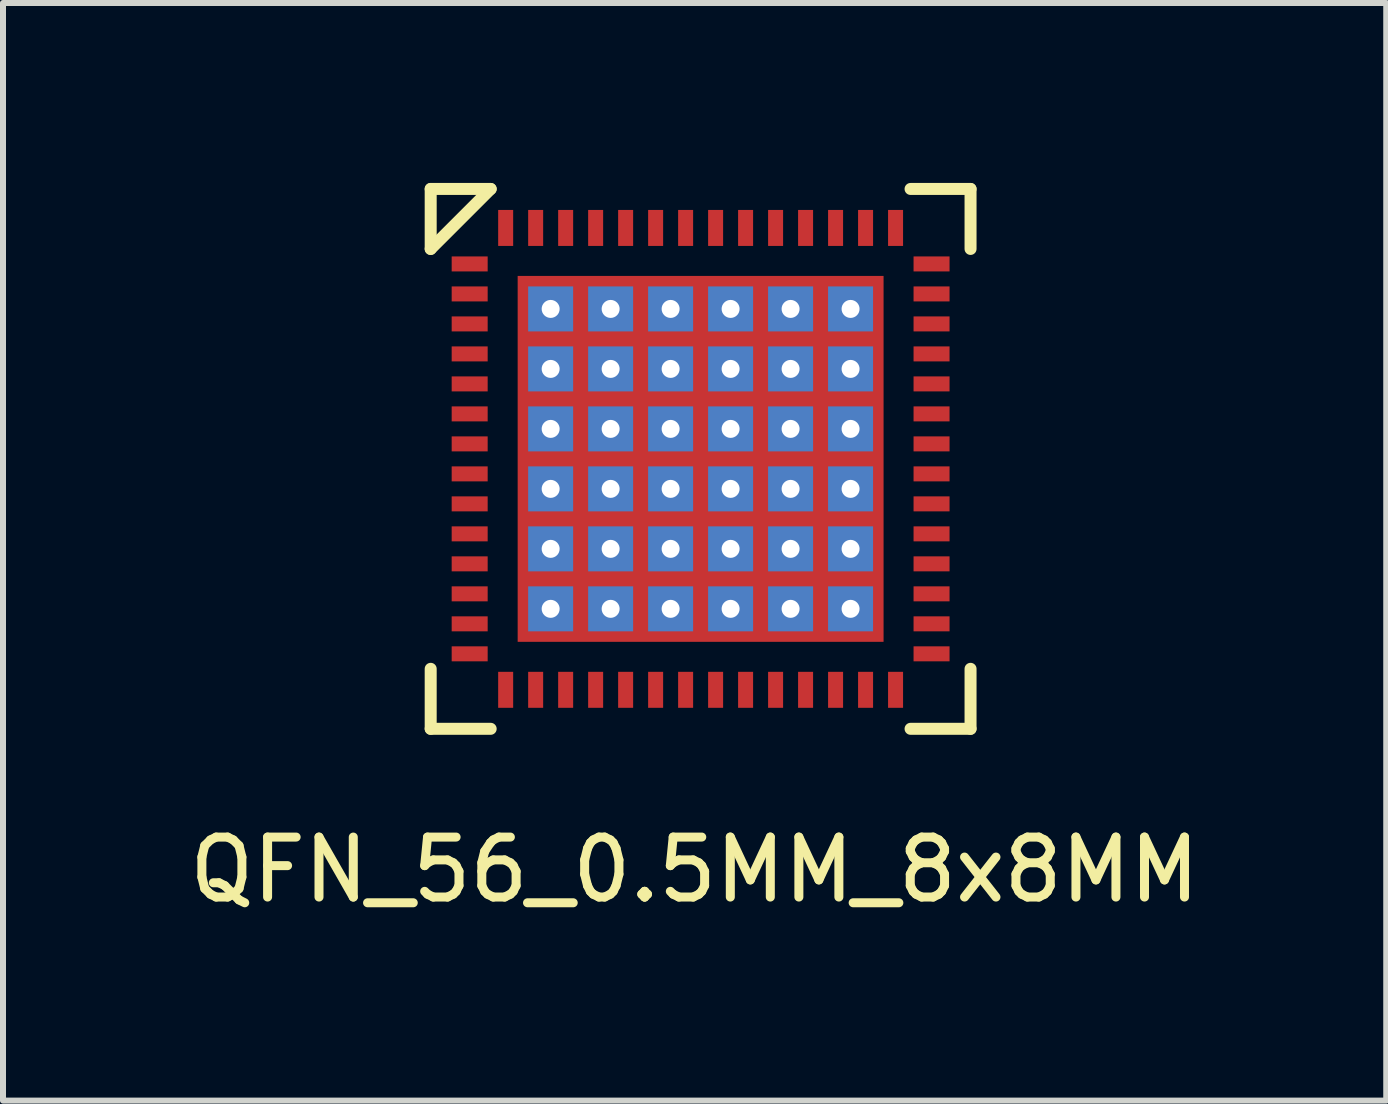
<source format=kicad_pcb>
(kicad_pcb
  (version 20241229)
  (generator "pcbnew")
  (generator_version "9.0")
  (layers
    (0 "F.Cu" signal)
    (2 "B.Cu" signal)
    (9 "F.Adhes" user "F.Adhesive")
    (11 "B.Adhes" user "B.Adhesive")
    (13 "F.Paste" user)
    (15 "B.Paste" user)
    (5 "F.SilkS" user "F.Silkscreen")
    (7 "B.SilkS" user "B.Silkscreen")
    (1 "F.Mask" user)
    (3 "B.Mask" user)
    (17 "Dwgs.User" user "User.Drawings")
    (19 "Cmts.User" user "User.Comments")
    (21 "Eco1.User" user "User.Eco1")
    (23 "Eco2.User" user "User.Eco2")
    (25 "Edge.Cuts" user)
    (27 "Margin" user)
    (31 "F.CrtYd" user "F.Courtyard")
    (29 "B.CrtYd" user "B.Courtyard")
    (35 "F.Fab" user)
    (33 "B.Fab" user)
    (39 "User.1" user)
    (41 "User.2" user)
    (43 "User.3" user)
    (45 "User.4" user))
  (footprint "QFN_56_0.5MM_8x8MM"
    (layer "F.Cu")
    (at 8.63 4.6)
    (property "Reference" "QFN_56_0.5MM_8x8MM" (at -0.1 6.85 0) (layer "F.SilkS") (effects (font (size 1 1) (thickness 0.15))))
    (attr through_hole)
    (fp_line (start -4.5 -4.5) (end -4.5 -3.5) (stroke (width 0.2) (type solid)) (layer "F.SilkS"))
    (fp_line (start -4.5 4.5) (end -4.5 3.5) (stroke (width 0.2) (type solid)) (layer "F.SilkS"))
    (fp_line (start -3.5 -4.5) (end -4.5 -4.5) (stroke (width 0.2) (type solid)) (layer "F.SilkS"))
    (fp_line (start -3.5 -4.5) (end -4.5 -3.5) (stroke (width 0.2) (type solid)) (layer "F.SilkS"))
    (fp_line (start -3.5 4.5) (end -4.5 4.5) (stroke (width 0.2) (type solid)) (layer "F.SilkS"))
    (fp_line (start 3.5 -4.5) (end 4.5 -4.5) (stroke (width 0.2) (type solid)) (layer "F.SilkS"))
    (fp_line (start 4.5 -4.5) (end 4.5 -3.5) (stroke (width 0.2) (type solid)) (layer "F.SilkS"))
    (fp_line (start 4.5 3.5) (end 4.5 4.5) (stroke (width 0.2) (type solid)) (layer "F.SilkS"))
    (fp_line (start 4.5 4.5) (end 3.5 4.5) (stroke (width 0.2) (type solid)) (layer "F.SilkS"))
    (pad "1" smd rect (at -3.85 -3.25) (size 0.6 0.25) (layers "F.Cu" "F.Mask" "F.Paste"))
    (pad "2" smd rect (at -3.85 -2.75) (size 0.6 0.25) (layers "F.Cu" "F.Mask" "F.Paste"))
    (pad "3" smd rect (at -3.85 -2.25) (size 0.6 0.25) (layers "F.Cu" "F.Mask" "F.Paste"))
    (pad "4" smd rect (at -3.85 -1.75) (size 0.6 0.25) (layers "F.Cu" "F.Mask" "F.Paste"))
    (pad "5" smd rect (at -3.85 -1.25) (size 0.6 0.25) (layers "F.Cu" "F.Mask" "F.Paste"))
    (pad "6" smd rect (at -3.85 -0.75) (size 0.6 0.25) (layers "F.Cu" "F.Mask" "F.Paste"))
    (pad "7" smd rect (at -3.85 -0.25) (size 0.6 0.25) (layers "F.Cu" "F.Mask" "F.Paste"))
    (pad "8" smd rect (at -3.85 0.25) (size 0.6 0.25) (layers "F.Cu" "F.Mask" "F.Paste"))
    (pad "9" smd rect (at -3.85 0.75) (size 0.6 0.25) (layers "F.Cu" "F.Mask" "F.Paste"))
    (pad "10" smd rect (at -3.85 1.25) (size 0.6 0.25) (layers "F.Cu" "F.Mask" "F.Paste"))
    (pad "11" smd rect (at -3.85 1.75) (size 0.6 0.25) (layers "F.Cu" "F.Mask" "F.Paste"))
    (pad "12" smd rect (at -3.85 2.25) (size 0.6 0.25) (layers "F.Cu" "F.Mask" "F.Paste"))
    (pad "13" smd rect (at -3.85 2.75) (size 0.6 0.25) (layers "F.Cu" "F.Mask" "F.Paste"))
    (pad "14" smd rect (at -3.85 3.25) (size 0.6 0.25) (layers "F.Cu" "F.Mask" "F.Paste"))
    (pad "15" smd rect (at -3.25 3.85 90) (size 0.6 0.25) (layers "F.Cu" "F.Mask" "F.Paste"))
    (pad "16" smd rect (at -2.75 3.85 90) (size 0.6 0.25) (layers "F.Cu" "F.Mask" "F.Paste"))
    (pad "17" smd rect (at -2.25 3.85 90) (size 0.6 0.25) (layers "F.Cu" "F.Mask" "F.Paste"))
    (pad "18" smd rect (at -1.75 3.85 90) (size 0.6 0.25) (layers "F.Cu" "F.Mask" "F.Paste"))
    (pad "19" smd rect (at -1.25 3.85 90) (size 0.6 0.25) (layers "F.Cu" "F.Mask" "F.Paste"))
    (pad "20" smd rect (at -0.75 3.85 90) (size 0.6 0.25) (layers "F.Cu" "F.Mask" "F.Paste"))
    (pad "21" smd rect (at -0.25 3.85 90) (size 0.6 0.25) (layers "F.Cu" "F.Mask" "F.Paste"))
    (pad "22" smd rect (at 0.25 3.85 90) (size 0.6 0.25) (layers "F.Cu" "F.Mask" "F.Paste"))
    (pad "23" smd rect (at 0.75 3.85 90) (size 0.6 0.25) (layers "F.Cu" "F.Mask" "F.Paste"))
    (pad "24" smd rect (at 1.25 3.85 90) (size 0.6 0.25) (layers "F.Cu" "F.Mask" "F.Paste"))
    (pad "25" smd rect (at 1.75 3.85 90) (size 0.6 0.25) (layers "F.Cu" "F.Mask" "F.Paste"))
    (pad "26" smd rect (at 2.25 3.85 90) (size 0.6 0.25) (layers "F.Cu" "F.Mask" "F.Paste"))
    (pad "27" smd rect (at 2.75 3.85 90) (size 0.6 0.25) (layers "F.Cu" "F.Mask" "F.Paste"))
    (pad "28" smd rect (at 3.25 3.85 90) (size 0.6 0.25) (layers "F.Cu" "F.Mask" "F.Paste"))
    (pad "29" smd rect (at 3.85 3.25) (size 0.6 0.25) (layers "F.Cu" "F.Mask" "F.Paste"))
    (pad "30" smd rect (at 3.85 2.75) (size 0.6 0.25) (layers "F.Cu" "F.Mask" "F.Paste"))
    (pad "31" smd rect (at 3.85 2.25) (size 0.6 0.25) (layers "F.Cu" "F.Mask" "F.Paste"))
    (pad "32" smd rect (at 3.85 1.75) (size 0.6 0.25) (layers "F.Cu" "F.Mask" "F.Paste"))
    (pad "33" smd rect (at 3.85 1.25) (size 0.6 0.25) (layers "F.Cu" "F.Mask" "F.Paste"))
    (pad "34" smd rect (at 3.85 0.75) (size 0.6 0.25) (layers "F.Cu" "F.Mask" "F.Paste"))
    (pad "35" smd rect (at 3.85 0.25) (size 0.6 0.25) (layers "F.Cu" "F.Mask" "F.Paste"))
    (pad "36" smd rect (at 3.85 -0.25) (size 0.6 0.25) (layers "F.Cu" "F.Mask" "F.Paste"))
    (pad "37" smd rect (at 3.85 -0.75) (size 0.6 0.25) (layers "F.Cu" "F.Mask" "F.Paste"))
    (pad "38" smd rect (at 3.85 -1.25) (size 0.6 0.25) (layers "F.Cu" "F.Mask" "F.Paste"))
    (pad "39" smd rect (at 3.85 -1.75) (size 0.6 0.25) (layers "F.Cu" "F.Mask" "F.Paste"))
    (pad "40" smd rect (at 3.85 -2.25) (size 0.6 0.25) (layers "F.Cu" "F.Mask" "F.Paste"))
    (pad "41" smd rect (at 3.85 -2.75) (size 0.6 0.25) (layers "F.Cu" "F.Mask" "F.Paste"))
    (pad "42" smd rect (at 3.85 -3.25) (size 0.6 0.25) (layers "F.Cu" "F.Mask" "F.Paste"))
    (pad "43" smd rect (at 3.25 -3.85 90) (size 0.6 0.25) (layers "F.Cu" "F.Mask" "F.Paste"))
    (pad "44" smd rect (at 2.75 -3.85 90) (size 0.6 0.25) (layers "F.Cu" "F.Mask" "F.Paste"))
    (pad "45" smd rect (at 2.25 -3.85 90) (size 0.6 0.25) (layers "F.Cu" "F.Mask" "F.Paste"))
    (pad "46" smd rect (at 1.75 -3.85 90) (size 0.6 0.25) (layers "F.Cu" "F.Mask" "F.Paste"))
    (pad "47" smd rect (at 1.25 -3.85 90) (size 0.6 0.25) (layers "F.Cu" "F.Mask" "F.Paste"))
    (pad "48" smd rect (at 0.75 -3.85 90) (size 0.6 0.25) (layers "F.Cu" "F.Mask" "F.Paste"))
    (pad "49" smd rect (at 0.25 -3.85 90) (size 0.6 0.25) (layers "F.Cu" "F.Mask" "F.Paste"))
    (pad "50" smd rect (at -0.25 -3.85 90) (size 0.6 0.25) (layers "F.Cu" "F.Mask" "F.Paste"))
    (pad "51" smd rect (at -0.75 -3.85 90) (size 0.6 0.25) (layers "F.Cu" "F.Mask" "F.Paste"))
    (pad "52" smd rect (at -1.25 -3.85 90) (size 0.6 0.25) (layers "F.Cu" "F.Mask" "F.Paste"))
    (pad "53" smd rect (at -1.75 -3.85 90) (size 0.6 0.25) (layers "F.Cu" "F.Mask" "F.Paste"))
    (pad "54" smd rect (at -2.25 -3.85 90) (size 0.6 0.25) (layers "F.Cu" "F.Mask" "F.Paste"))
    (pad "55" smd rect (at -2.75 -3.85 90) (size 0.6 0.25) (layers "F.Cu" "F.Mask" "F.Paste"))
    (pad "56" smd rect (at -3.25 -3.85 90) (size 0.6 0.25) (layers "F.Cu" "F.Mask" "F.Paste"))
    (pad "PAD" thru_hole rect (at -2.5 -2.5) (size 0.75 0.75) (drill 0.3) (layers "*.Cu" "F.Mask" "F.Paste"))
    (pad "PAD" thru_hole rect (at -2.5 -1.5) (size 0.75 0.75) (drill 0.3) (layers "*.Cu" "F.Mask" "F.Paste"))
    (pad "PAD" thru_hole rect (at -2.5 -0.5) (size 0.75 0.75) (drill 0.3) (layers "*.Cu" "F.Mask" "F.Paste"))
    (pad "PAD" thru_hole rect (at -2.5 0.5) (size 0.75 0.75) (drill 0.3) (layers "*.Cu" "F.Mask" "F.Paste"))
    (pad "PAD" thru_hole rect (at -2.5 1.5) (size 0.75 0.75) (drill 0.3) (layers "*.Cu" "F.Mask" "F.Paste"))
    (pad "PAD" thru_hole rect (at -2.5 2.5) (size 0.75 0.75) (drill 0.3) (layers "*.Cu" "F.Mask" "F.Paste"))
    (pad "PAD" thru_hole rect (at -1.5 -2.5) (size 0.75 0.75) (drill 0.3) (layers "*.Cu" "F.Mask" "F.Paste"))
    (pad "PAD" thru_hole rect (at -1.5 -1.5) (size 0.75 0.75) (drill 0.3) (layers "*.Cu" "F.Mask" "F.Paste"))
    (pad "PAD" thru_hole rect (at -1.5 -0.5) (size 0.75 0.75) (drill 0.3) (layers "*.Cu" "F.Mask" "F.Paste"))
    (pad "PAD" thru_hole rect (at -1.5 0.5) (size 0.75 0.75) (drill 0.3) (layers "*.Cu" "F.Mask" "F.Paste"))
    (pad "PAD" thru_hole rect (at -1.5 1.5) (size 0.75 0.75) (drill 0.3) (layers "*.Cu" "F.Mask" "F.Paste"))
    (pad "PAD" thru_hole rect (at -1.5 2.5) (size 0.75 0.75) (drill 0.3) (layers "*.Cu" "F.Mask" "F.Paste"))
    (pad "PAD" thru_hole rect (at -0.5 -2.5) (size 0.75 0.75) (drill 0.3) (layers "*.Cu" "F.Mask" "F.Paste"))
    (pad "PAD" thru_hole rect (at -0.5 -1.5) (size 0.75 0.75) (drill 0.3) (layers "*.Cu" "F.Mask" "F.Paste"))
    (pad "PAD" thru_hole rect (at -0.5 -0.5) (size 0.75 0.75) (drill 0.3) (layers "*.Cu" "F.Mask" "F.Paste"))
    (pad "PAD" thru_hole rect (at -0.5 0.5) (size 0.75 0.75) (drill 0.3) (layers "*.Cu" "F.Mask" "F.Paste"))
    (pad "PAD" thru_hole rect (at -0.5 1.5) (size 0.75 0.75) (drill 0.3) (layers "*.Cu" "F.Mask" "F.Paste"))
    (pad "PAD" thru_hole rect (at -0.5 2.5) (size 0.75 0.75) (drill 0.3) (layers "*.Cu" "F.Mask" "F.Paste"))
    (pad "PAD" smd rect (at 0 0) (size 6.1 6.1) (layers "F.Cu" "F.Mask"))
    (pad "PAD" thru_hole rect (at 0.5 -2.5) (size 0.75 0.75) (drill 0.3) (layers "*.Cu" "F.Mask" "F.Paste"))
    (pad "PAD" thru_hole rect (at 0.5 -1.5) (size 0.75 0.75) (drill 0.3) (layers "*.Cu" "F.Mask" "F.Paste"))
    (pad "PAD" thru_hole rect (at 0.5 -0.5) (size 0.75 0.75) (drill 0.3) (layers "*.Cu" "F.Mask" "F.Paste"))
    (pad "PAD" thru_hole rect (at 0.5 0.5) (size 0.75 0.75) (drill 0.3) (layers "*.Cu" "F.Mask" "F.Paste"))
    (pad "PAD" thru_hole rect (at 0.5 1.5) (size 0.75 0.75) (drill 0.3) (layers "*.Cu" "F.Mask" "F.Paste"))
    (pad "PAD" thru_hole rect (at 0.5 2.5) (size 0.75 0.75) (drill 0.3) (layers "*.Cu" "F.Mask" "F.Paste"))
    (pad "PAD" thru_hole rect (at 1.5 -2.5) (size 0.75 0.75) (drill 0.3) (layers "*.Cu" "F.Mask" "F.Paste"))
    (pad "PAD" thru_hole rect (at 1.5 -1.5) (size 0.75 0.75) (drill 0.3) (layers "*.Cu" "F.Mask" "F.Paste"))
    (pad "PAD" thru_hole rect (at 1.5 -0.5) (size 0.75 0.75) (drill 0.3) (layers "*.Cu" "F.Mask" "F.Paste"))
    (pad "PAD" thru_hole rect (at 1.5 0.5) (size 0.75 0.75) (drill 0.3) (layers "*.Cu" "F.Mask" "F.Paste"))
    (pad "PAD" thru_hole rect (at 1.5 1.5) (size 0.75 0.75) (drill 0.3) (layers "*.Cu" "F.Mask" "F.Paste"))
    (pad "PAD" thru_hole rect (at 1.5 2.5) (size 0.75 0.75) (drill 0.3) (layers "*.Cu" "F.Mask" "F.Paste"))
    (pad "PAD" thru_hole rect (at 2.5 -2.5) (size 0.75 0.75) (drill 0.3) (layers "*.Cu" "F.Mask" "F.Paste"))
    (pad "PAD" thru_hole rect (at 2.5 -1.5) (size 0.75 0.75) (drill 0.3) (layers "*.Cu" "F.Mask" "F.Paste"))
    (pad "PAD" thru_hole rect (at 2.5 -0.5) (size 0.75 0.75) (drill 0.3) (layers "*.Cu" "F.Mask" "F.Paste"))
    (pad "PAD" thru_hole rect (at 2.5 0.5) (size 0.75 0.75) (drill 0.3) (layers "*.Cu" "F.Mask" "F.Paste"))
    (pad "PAD" thru_hole rect (at 2.5 1.5) (size 0.75 0.75) (drill 0.3) (layers "*.Cu" "F.Mask" "F.Paste"))
    (pad "PAD" thru_hole rect (at 2.5 2.5) (size 0.75 0.75) (drill 0.3) (layers "*.Cu" "F.Mask" "F.Paste")))
  (gr_rect
    (start -3 -3)
    (end 20.06 15.298)
    (stroke (width 0.1) (type default))
    (fill no)
    (layer "Edge.Cuts")))
</source>
